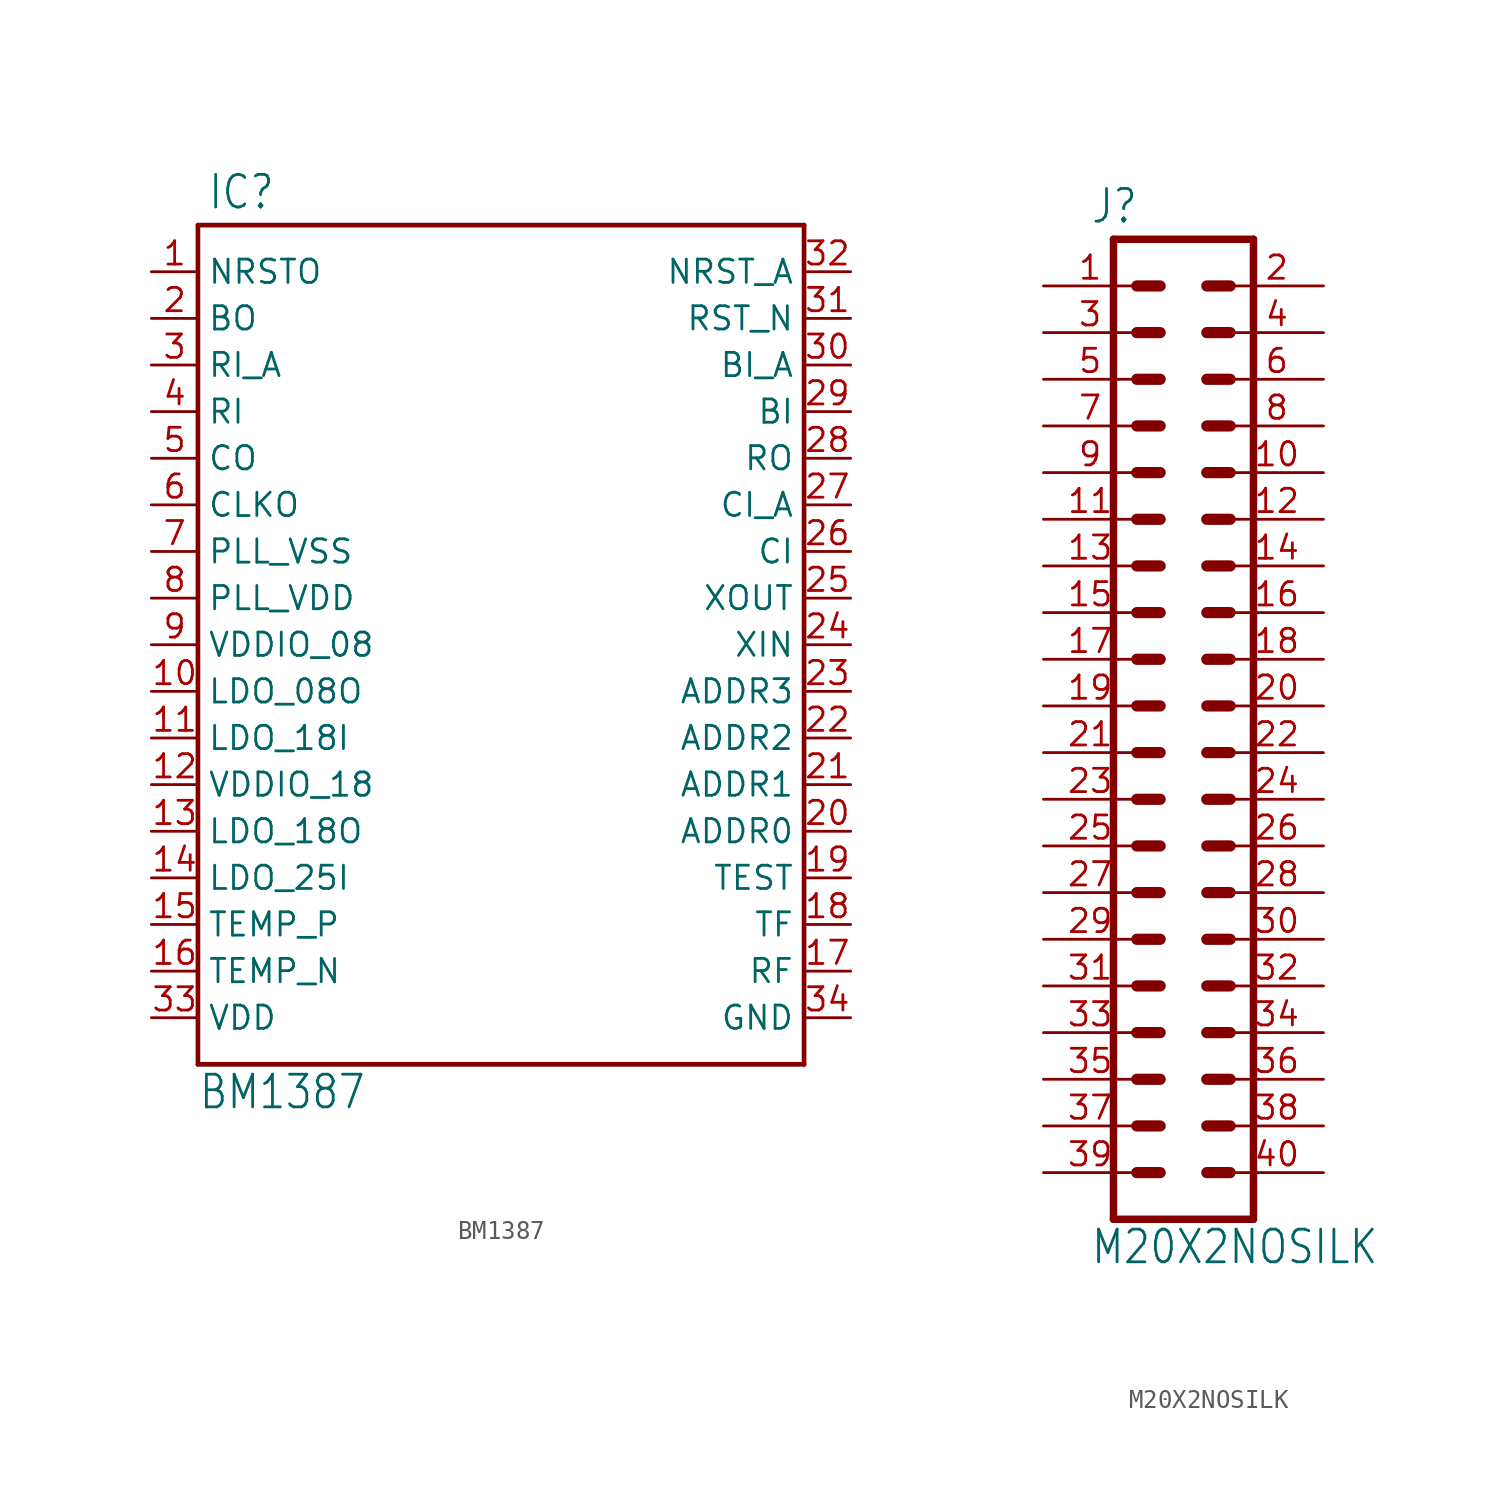
<source format=kicad_sym>
(kicad_symbol_lib
  (version 20211014)
  (generator kicad_symbol_editor)
  (symbol "BM1387"
    (property "Reference" "IC"
      (at -17.272 18.542 0)
      (effects (font (size 1.778 1.511)) (justify left bottom)))
    (property "Value" "BM1387"
      (at -17.78 -30.48 0)
      (effects (font (size 1.778 1.511)) (justify left bottom)))
    (property "ki_locked" ""
      (at 0 0 0)
      (effects (font (size 1.27 1.27))))
    (symbol "BM1387_1_0"
      (polyline (pts (xy -17.78 -27.94) (xy -17.78 17.78)) (stroke (width 0.254) (type default) (color 0 0 0 0)) (fill (type none)))
      (polyline (pts (xy -17.78 17.78) (xy 15.24 17.78)) (stroke (width 0.254) (type default) (color 0 0 0 0)) (fill (type none)))
      (polyline (pts (xy 15.24 -27.94) (xy -17.78 -27.94)) (stroke (width 0.254) (type default) (color 0 0 0 0)) (fill (type none)))
      (polyline (pts (xy 15.24 17.78) (xy 15.24 -27.94)) (stroke (width 0.254) (type default) (color 0 0 0 0)) (fill (type none)))
      (pin bidirectional line (at -20.32 15.24 0) (length 2.54) (name "NRSTO" (effects (font (size 1.27 1.27)))) (number "1" (effects (font (size 1.27 1.27)))))
      (pin bidirectional line (at -20.32 -7.62 0) (length 2.54) (name "LDO_08O" (effects (font (size 1.27 1.27)))) (number "10" (effects (font (size 1.27 1.27)))))
      (pin bidirectional line (at -20.32 -10.16 0) (length 2.54) (name "LDO_18I" (effects (font (size 1.27 1.27)))) (number "11" (effects (font (size 1.27 1.27)))))
      (pin bidirectional line (at -20.32 -12.7 0) (length 2.54) (name "VDDIO_18" (effects (font (size 1.27 1.27)))) (number "12" (effects (font (size 1.27 1.27)))))
      (pin bidirectional line (at -20.32 -15.24 0) (length 2.54) (name "LDO_18O" (effects (font (size 1.27 1.27)))) (number "13" (effects (font (size 1.27 1.27)))))
      (pin bidirectional line (at -20.32 -17.78 0) (length 2.54) (name "LDO_25I" (effects (font (size 1.27 1.27)))) (number "14" (effects (font (size 1.27 1.27)))))
      (pin bidirectional line (at -20.32 -20.32 0) (length 2.54) (name "TEMP_P" (effects (font (size 1.27 1.27)))) (number "15" (effects (font (size 1.27 1.27)))))
      (pin bidirectional line (at -20.32 -22.86 0) (length 2.54) (name "TEMP_N" (effects (font (size 1.27 1.27)))) (number "16" (effects (font (size 1.27 1.27)))))
      (pin bidirectional line (at 17.78 -22.86 180) (length 2.54) (name "RF" (effects (font (size 1.27 1.27)))) (number "17" (effects (font (size 1.27 1.27)))))
      (pin bidirectional line (at 17.78 -20.32 180) (length 2.54) (name "TF" (effects (font (size 1.27 1.27)))) (number "18" (effects (font (size 1.27 1.27)))))
      (pin bidirectional line (at 17.78 -17.78 180) (length 2.54) (name "TEST" (effects (font (size 1.27 1.27)))) (number "19" (effects (font (size 1.27 1.27)))))
      (pin bidirectional line (at -20.32 12.7 0) (length 2.54) (name "BO" (effects (font (size 1.27 1.27)))) (number "2" (effects (font (size 1.27 1.27)))))
      (pin bidirectional line (at 17.78 -15.24 180) (length 2.54) (name "ADDR0" (effects (font (size 1.27 1.27)))) (number "20" (effects (font (size 1.27 1.27)))))
      (pin bidirectional line (at 17.78 -12.7 180) (length 2.54) (name "ADDR1" (effects (font (size 1.27 1.27)))) (number "21" (effects (font (size 1.27 1.27)))))
      (pin bidirectional line (at 17.78 -10.16 180) (length 2.54) (name "ADDR2" (effects (font (size 1.27 1.27)))) (number "22" (effects (font (size 1.27 1.27)))))
      (pin bidirectional line (at 17.78 -7.62 180) (length 2.54) (name "ADDR3" (effects (font (size 1.27 1.27)))) (number "23" (effects (font (size 1.27 1.27)))))
      (pin bidirectional line (at 17.78 -5.08 180) (length 2.54) (name "XIN" (effects (font (size 1.27 1.27)))) (number "24" (effects (font (size 1.27 1.27)))))
      (pin bidirectional line (at 17.78 -2.54 180) (length 2.54) (name "XOUT" (effects (font (size 1.27 1.27)))) (number "25" (effects (font (size 1.27 1.27)))))
      (pin bidirectional line (at 17.78 0 180) (length 2.54) (name "CI" (effects (font (size 1.27 1.27)))) (number "26" (effects (font (size 1.27 1.27)))))
      (pin bidirectional line (at 17.78 2.54 180) (length 2.54) (name "CI_A" (effects (font (size 1.27 1.27)))) (number "27" (effects (font (size 1.27 1.27)))))
      (pin bidirectional line (at 17.78 5.08 180) (length 2.54) (name "RO" (effects (font (size 1.27 1.27)))) (number "28" (effects (font (size 1.27 1.27)))))
      (pin bidirectional line (at 17.78 7.62 180) (length 2.54) (name "BI" (effects (font (size 1.27 1.27)))) (number "29" (effects (font (size 1.27 1.27)))))
      (pin bidirectional line (at -20.32 10.16 0) (length 2.54) (name "RI_A" (effects (font (size 1.27 1.27)))) (number "3" (effects (font (size 1.27 1.27)))))
      (pin bidirectional line (at 17.78 10.16 180) (length 2.54) (name "BI_A" (effects (font (size 1.27 1.27)))) (number "30" (effects (font (size 1.27 1.27)))))
      (pin bidirectional line (at 17.78 12.7 180) (length 2.54) (name "RST_N" (effects (font (size 1.27 1.27)))) (number "31" (effects (font (size 1.27 1.27)))))
      (pin bidirectional line (at 17.78 15.24 180) (length 2.54) (name "NRST_A" (effects (font (size 1.27 1.27)))) (number "32" (effects (font (size 1.27 1.27)))))
      (pin bidirectional line (at -20.32 -25.4 0) (length 2.54) (name "VDD" (effects (font (size 1.27 1.27)))) (number "33" (effects (font (size 1.27 1.27)))))
      (pin bidirectional line (at 17.78 -25.4 180) (length 2.54) (name "GND" (effects (font (size 1.27 1.27)))) (number "34" (effects (font (size 1.27 1.27)))))
      (pin bidirectional line (at -20.32 7.62 0) (length 2.54) (name "RI" (effects (font (size 1.27 1.27)))) (number "4" (effects (font (size 1.27 1.27)))))
      (pin bidirectional line (at -20.32 5.08 0) (length 2.54) (name "CO" (effects (font (size 1.27 1.27)))) (number "5" (effects (font (size 1.27 1.27)))))
      (pin bidirectional line (at -20.32 2.54 0) (length 2.54) (name "CLKO" (effects (font (size 1.27 1.27)))) (number "6" (effects (font (size 1.27 1.27)))))
      (pin bidirectional line (at -20.32 0 0) (length 2.54) (name "PLL_VSS" (effects (font (size 1.27 1.27)))) (number "7" (effects (font (size 1.27 1.27)))))
      (pin bidirectional line (at -20.32 -2.54 0) (length 2.54) (name "PLL_VDD" (effects (font (size 1.27 1.27)))) (number "8" (effects (font (size 1.27 1.27)))))
      (pin bidirectional line (at -20.32 -5.08 0) (length 2.54) (name "VDDIO_08" (effects (font (size 1.27 1.27)))) (number "9" (effects (font (size 1.27 1.27)))))))
  (symbol "M20X2NOSILK"
    (property "Reference" "J"
      (at -5.08 26.162 0)
      (effects (font (size 1.778 1.511)) (justify left bottom)))
    (property "Value" "M20X2NOSILK"
      (at -5.08 -30.48 0)
      (effects (font (size 1.778 1.511)) (justify left bottom)))
    (property "ki_locked" ""
      (at 0 0 0)
      (effects (font (size 1.27 1.27))))
    (symbol "M20X2NOSILK_1_0"
      (polyline (pts (xy -3.81 25.4) (xy -3.81 -27.94)) (stroke (width 0.406) (type default) (color 0 0 0 0)) (fill (type none)))
      (polyline (pts (xy -3.81 25.4) (xy 3.81 25.4)) (stroke (width 0.406) (type default) (color 0 0 0 0)) (fill (type none)))
      (polyline (pts (xy -1.27 -25.4) (xy -2.54 -25.4)) (stroke (width 0.61) (type default) (color 0 0 0 0)) (fill (type none)))
      (polyline (pts (xy -1.27 -22.86) (xy -2.54 -22.86)) (stroke (width 0.61) (type default) (color 0 0 0 0)) (fill (type none)))
      (polyline (pts (xy -1.27 -20.32) (xy -2.54 -20.32)) (stroke (width 0.61) (type default) (color 0 0 0 0)) (fill (type none)))
      (polyline (pts (xy -1.27 -17.78) (xy -2.54 -17.78)) (stroke (width 0.61) (type default) (color 0 0 0 0)) (fill (type none)))
      (polyline (pts (xy -1.27 -15.24) (xy -2.54 -15.24)) (stroke (width 0.61) (type default) (color 0 0 0 0)) (fill (type none)))
      (polyline (pts (xy -1.27 -12.7) (xy -2.54 -12.7)) (stroke (width 0.61) (type default) (color 0 0 0 0)) (fill (type none)))
      (polyline (pts (xy -1.27 -10.16) (xy -2.54 -10.16)) (stroke (width 0.61) (type default) (color 0 0 0 0)) (fill (type none)))
      (polyline (pts (xy -1.27 -7.62) (xy -2.54 -7.62)) (stroke (width 0.61) (type default) (color 0 0 0 0)) (fill (type none)))
      (polyline (pts (xy -1.27 -5.08) (xy -2.54 -5.08)) (stroke (width 0.61) (type default) (color 0 0 0 0)) (fill (type none)))
      (polyline (pts (xy -1.27 -2.54) (xy -2.54 -2.54)) (stroke (width 0.61) (type default) (color 0 0 0 0)) (fill (type none)))
      (polyline (pts (xy -1.27 0) (xy -2.54 0)) (stroke (width 0.61) (type default) (color 0 0 0 0)) (fill (type none)))
      (polyline (pts (xy -1.27 2.54) (xy -2.54 2.54)) (stroke (width 0.61) (type default) (color 0 0 0 0)) (fill (type none)))
      (polyline (pts (xy -1.27 5.08) (xy -2.54 5.08)) (stroke (width 0.61) (type default) (color 0 0 0 0)) (fill (type none)))
      (polyline (pts (xy -1.27 7.62) (xy -2.54 7.62)) (stroke (width 0.61) (type default) (color 0 0 0 0)) (fill (type none)))
      (polyline (pts (xy -1.27 10.16) (xy -2.54 10.16)) (stroke (width 0.61) (type default) (color 0 0 0 0)) (fill (type none)))
      (polyline (pts (xy -1.27 12.7) (xy -2.54 12.7)) (stroke (width 0.61) (type default) (color 0 0 0 0)) (fill (type none)))
      (polyline (pts (xy -1.27 15.24) (xy -2.54 15.24)) (stroke (width 0.61) (type default) (color 0 0 0 0)) (fill (type none)))
      (polyline (pts (xy -1.27 17.78) (xy -2.54 17.78)) (stroke (width 0.61) (type default) (color 0 0 0 0)) (fill (type none)))
      (polyline (pts (xy -1.27 20.32) (xy -2.54 20.32)) (stroke (width 0.61) (type default) (color 0 0 0 0)) (fill (type none)))
      (polyline (pts (xy -1.27 22.86) (xy -2.54 22.86)) (stroke (width 0.61) (type default) (color 0 0 0 0)) (fill (type none)))
      (polyline (pts (xy 1.27 -25.4) (xy 2.54 -25.4)) (stroke (width 0.61) (type default) (color 0 0 0 0)) (fill (type none)))
      (polyline (pts (xy 1.27 -22.86) (xy 2.54 -22.86)) (stroke (width 0.61) (type default) (color 0 0 0 0)) (fill (type none)))
      (polyline (pts (xy 1.27 -20.32) (xy 2.54 -20.32)) (stroke (width 0.61) (type default) (color 0 0 0 0)) (fill (type none)))
      (polyline (pts (xy 1.27 -17.78) (xy 2.54 -17.78)) (stroke (width 0.61) (type default) (color 0 0 0 0)) (fill (type none)))
      (polyline (pts (xy 1.27 -15.24) (xy 2.54 -15.24)) (stroke (width 0.61) (type default) (color 0 0 0 0)) (fill (type none)))
      (polyline (pts (xy 1.27 -12.7) (xy 2.54 -12.7)) (stroke (width 0.61) (type default) (color 0 0 0 0)) (fill (type none)))
      (polyline (pts (xy 1.27 -10.16) (xy 2.54 -10.16)) (stroke (width 0.61) (type default) (color 0 0 0 0)) (fill (type none)))
      (polyline (pts (xy 1.27 -7.62) (xy 2.54 -7.62)) (stroke (width 0.61) (type default) (color 0 0 0 0)) (fill (type none)))
      (polyline (pts (xy 1.27 -5.08) (xy 2.54 -5.08)) (stroke (width 0.61) (type default) (color 0 0 0 0)) (fill (type none)))
      (polyline (pts (xy 1.27 -2.54) (xy 2.54 -2.54)) (stroke (width 0.61) (type default) (color 0 0 0 0)) (fill (type none)))
      (polyline (pts (xy 1.27 0) (xy 2.54 0)) (stroke (width 0.61) (type default) (color 0 0 0 0)) (fill (type none)))
      (polyline (pts (xy 1.27 2.54) (xy 2.54 2.54)) (stroke (width 0.61) (type default) (color 0 0 0 0)) (fill (type none)))
      (polyline (pts (xy 1.27 5.08) (xy 2.54 5.08)) (stroke (width 0.61) (type default) (color 0 0 0 0)) (fill (type none)))
      (polyline (pts (xy 1.27 7.62) (xy 2.54 7.62)) (stroke (width 0.61) (type default) (color 0 0 0 0)) (fill (type none)))
      (polyline (pts (xy 1.27 10.16) (xy 2.54 10.16)) (stroke (width 0.61) (type default) (color 0 0 0 0)) (fill (type none)))
      (polyline (pts (xy 1.27 12.7) (xy 2.54 12.7)) (stroke (width 0.61) (type default) (color 0 0 0 0)) (fill (type none)))
      (polyline (pts (xy 1.27 15.24) (xy 2.54 15.24)) (stroke (width 0.61) (type default) (color 0 0 0 0)) (fill (type none)))
      (polyline (pts (xy 1.27 17.78) (xy 2.54 17.78)) (stroke (width 0.61) (type default) (color 0 0 0 0)) (fill (type none)))
      (polyline (pts (xy 1.27 20.32) (xy 2.54 20.32)) (stroke (width 0.61) (type default) (color 0 0 0 0)) (fill (type none)))
      (polyline (pts (xy 1.27 22.86) (xy 2.54 22.86)) (stroke (width 0.61) (type default) (color 0 0 0 0)) (fill (type none)))
      (polyline (pts (xy 3.81 -27.94) (xy -3.81 -27.94)) (stroke (width 0.406) (type default) (color 0 0 0 0)) (fill (type none)))
      (polyline (pts (xy 3.81 -27.94) (xy 3.81 25.4)) (stroke (width 0.406) (type default) (color 0 0 0 0)) (fill (type none)))
      (pin passive line (at -7.62 22.86 0) (length 5.08) (name "1" (effects (font (size 0 0)))) (number "1" (effects (font (size 1.27 1.27)))))
      (pin passive line (at 7.62 12.7 180) (length 5.08) (name "10" (effects (font (size 0 0)))) (number "10" (effects (font (size 1.27 1.27)))))
      (pin passive line (at -7.62 10.16 0) (length 5.08) (name "11" (effects (font (size 0 0)))) (number "11" (effects (font (size 1.27 1.27)))))
      (pin passive line (at 7.62 10.16 180) (length 5.08) (name "12" (effects (font (size 0 0)))) (number "12" (effects (font (size 1.27 1.27)))))
      (pin passive line (at -7.62 7.62 0) (length 5.08) (name "13" (effects (font (size 0 0)))) (number "13" (effects (font (size 1.27 1.27)))))
      (pin passive line (at 7.62 7.62 180) (length 5.08) (name "14" (effects (font (size 0 0)))) (number "14" (effects (font (size 1.27 1.27)))))
      (pin passive line (at -7.62 5.08 0) (length 5.08) (name "15" (effects (font (size 0 0)))) (number "15" (effects (font (size 1.27 1.27)))))
      (pin passive line (at 7.62 5.08 180) (length 5.08) (name "16" (effects (font (size 0 0)))) (number "16" (effects (font (size 1.27 1.27)))))
      (pin passive line (at -7.62 2.54 0) (length 5.08) (name "17" (effects (font (size 0 0)))) (number "17" (effects (font (size 1.27 1.27)))))
      (pin passive line (at 7.62 2.54 180) (length 5.08) (name "18" (effects (font (size 0 0)))) (number "18" (effects (font (size 1.27 1.27)))))
      (pin passive line (at -7.62 0 0) (length 5.08) (name "19" (effects (font (size 0 0)))) (number "19" (effects (font (size 1.27 1.27)))))
      (pin passive line (at 7.62 22.86 180) (length 5.08) (name "2" (effects (font (size 0 0)))) (number "2" (effects (font (size 1.27 1.27)))))
      (pin passive line (at 7.62 0 180) (length 5.08) (name "20" (effects (font (size 0 0)))) (number "20" (effects (font (size 1.27 1.27)))))
      (pin passive line (at -7.62 -2.54 0) (length 5.08) (name "21" (effects (font (size 0 0)))) (number "21" (effects (font (size 1.27 1.27)))))
      (pin passive line (at 7.62 -2.54 180) (length 5.08) (name "22" (effects (font (size 0 0)))) (number "22" (effects (font (size 1.27 1.27)))))
      (pin passive line (at -7.62 -5.08 0) (length 5.08) (name "23" (effects (font (size 0 0)))) (number "23" (effects (font (size 1.27 1.27)))))
      (pin passive line (at 7.62 -5.08 180) (length 5.08) (name "24" (effects (font (size 0 0)))) (number "24" (effects (font (size 1.27 1.27)))))
      (pin passive line (at -7.62 -7.62 0) (length 5.08) (name "25" (effects (font (size 0 0)))) (number "25" (effects (font (size 1.27 1.27)))))
      (pin passive line (at 7.62 -7.62 180) (length 5.08) (name "26" (effects (font (size 0 0)))) (number "26" (effects (font (size 1.27 1.27)))))
      (pin passive line (at -7.62 -10.16 0) (length 5.08) (name "27" (effects (font (size 0 0)))) (number "27" (effects (font (size 1.27 1.27)))))
      (pin passive line (at 7.62 -10.16 180) (length 5.08) (name "28" (effects (font (size 0 0)))) (number "28" (effects (font (size 1.27 1.27)))))
      (pin passive line (at -7.62 -12.7 0) (length 5.08) (name "29" (effects (font (size 0 0)))) (number "29" (effects (font (size 1.27 1.27)))))
      (pin passive line (at -7.62 20.32 0) (length 5.08) (name "3" (effects (font (size 0 0)))) (number "3" (effects (font (size 1.27 1.27)))))
      (pin passive line (at 7.62 -12.7 180) (length 5.08) (name "30" (effects (font (size 0 0)))) (number "30" (effects (font (size 1.27 1.27)))))
      (pin passive line (at -7.62 -15.24 0) (length 5.08) (name "31" (effects (font (size 0 0)))) (number "31" (effects (font (size 1.27 1.27)))))
      (pin passive line (at 7.62 -15.24 180) (length 5.08) (name "32" (effects (font (size 0 0)))) (number "32" (effects (font (size 1.27 1.27)))))
      (pin passive line (at -7.62 -17.78 0) (length 5.08) (name "33" (effects (font (size 0 0)))) (number "33" (effects (font (size 1.27 1.27)))))
      (pin passive line (at 7.62 -17.78 180) (length 5.08) (name "34" (effects (font (size 0 0)))) (number "34" (effects (font (size 1.27 1.27)))))
      (pin passive line (at -7.62 -20.32 0) (length 5.08) (name "35" (effects (font (size 0 0)))) (number "35" (effects (font (size 1.27 1.27)))))
      (pin passive line (at 7.62 -20.32 180) (length 5.08) (name "36" (effects (font (size 0 0)))) (number "36" (effects (font (size 1.27 1.27)))))
      (pin passive line (at -7.62 -22.86 0) (length 5.08) (name "37" (effects (font (size 0 0)))) (number "37" (effects (font (size 1.27 1.27)))))
      (pin passive line (at 7.62 -22.86 180) (length 5.08) (name "38" (effects (font (size 0 0)))) (number "38" (effects (font (size 1.27 1.27)))))
      (pin passive line (at -7.62 -25.4 0) (length 5.08) (name "39" (effects (font (size 0 0)))) (number "39" (effects (font (size 1.27 1.27)))))
      (pin passive line (at 7.62 20.32 180) (length 5.08) (name "4" (effects (font (size 0 0)))) (number "4" (effects (font (size 1.27 1.27)))))
      (pin passive line (at 7.62 -25.4 180) (length 5.08) (name "40" (effects (font (size 0 0)))) (number "40" (effects (font (size 1.27 1.27)))))
      (pin passive line (at -7.62 17.78 0) (length 5.08) (name "5" (effects (font (size 0 0)))) (number "5" (effects (font (size 1.27 1.27)))))
      (pin passive line (at 7.62 17.78 180) (length 5.08) (name "6" (effects (font (size 0 0)))) (number "6" (effects (font (size 1.27 1.27)))))
      (pin passive line (at -7.62 15.24 0) (length 5.08) (name "7" (effects (font (size 0 0)))) (number "7" (effects (font (size 1.27 1.27)))))
      (pin passive line (at 7.62 15.24 180) (length 5.08) (name "8" (effects (font (size 0 0)))) (number "8" (effects (font (size 1.27 1.27)))))
      (pin passive line (at -7.62 12.7 0) (length 5.08) (name "9" (effects (font (size 0 0)))) (number "9" (effects (font (size 1.27 1.27))))))))
</source>
